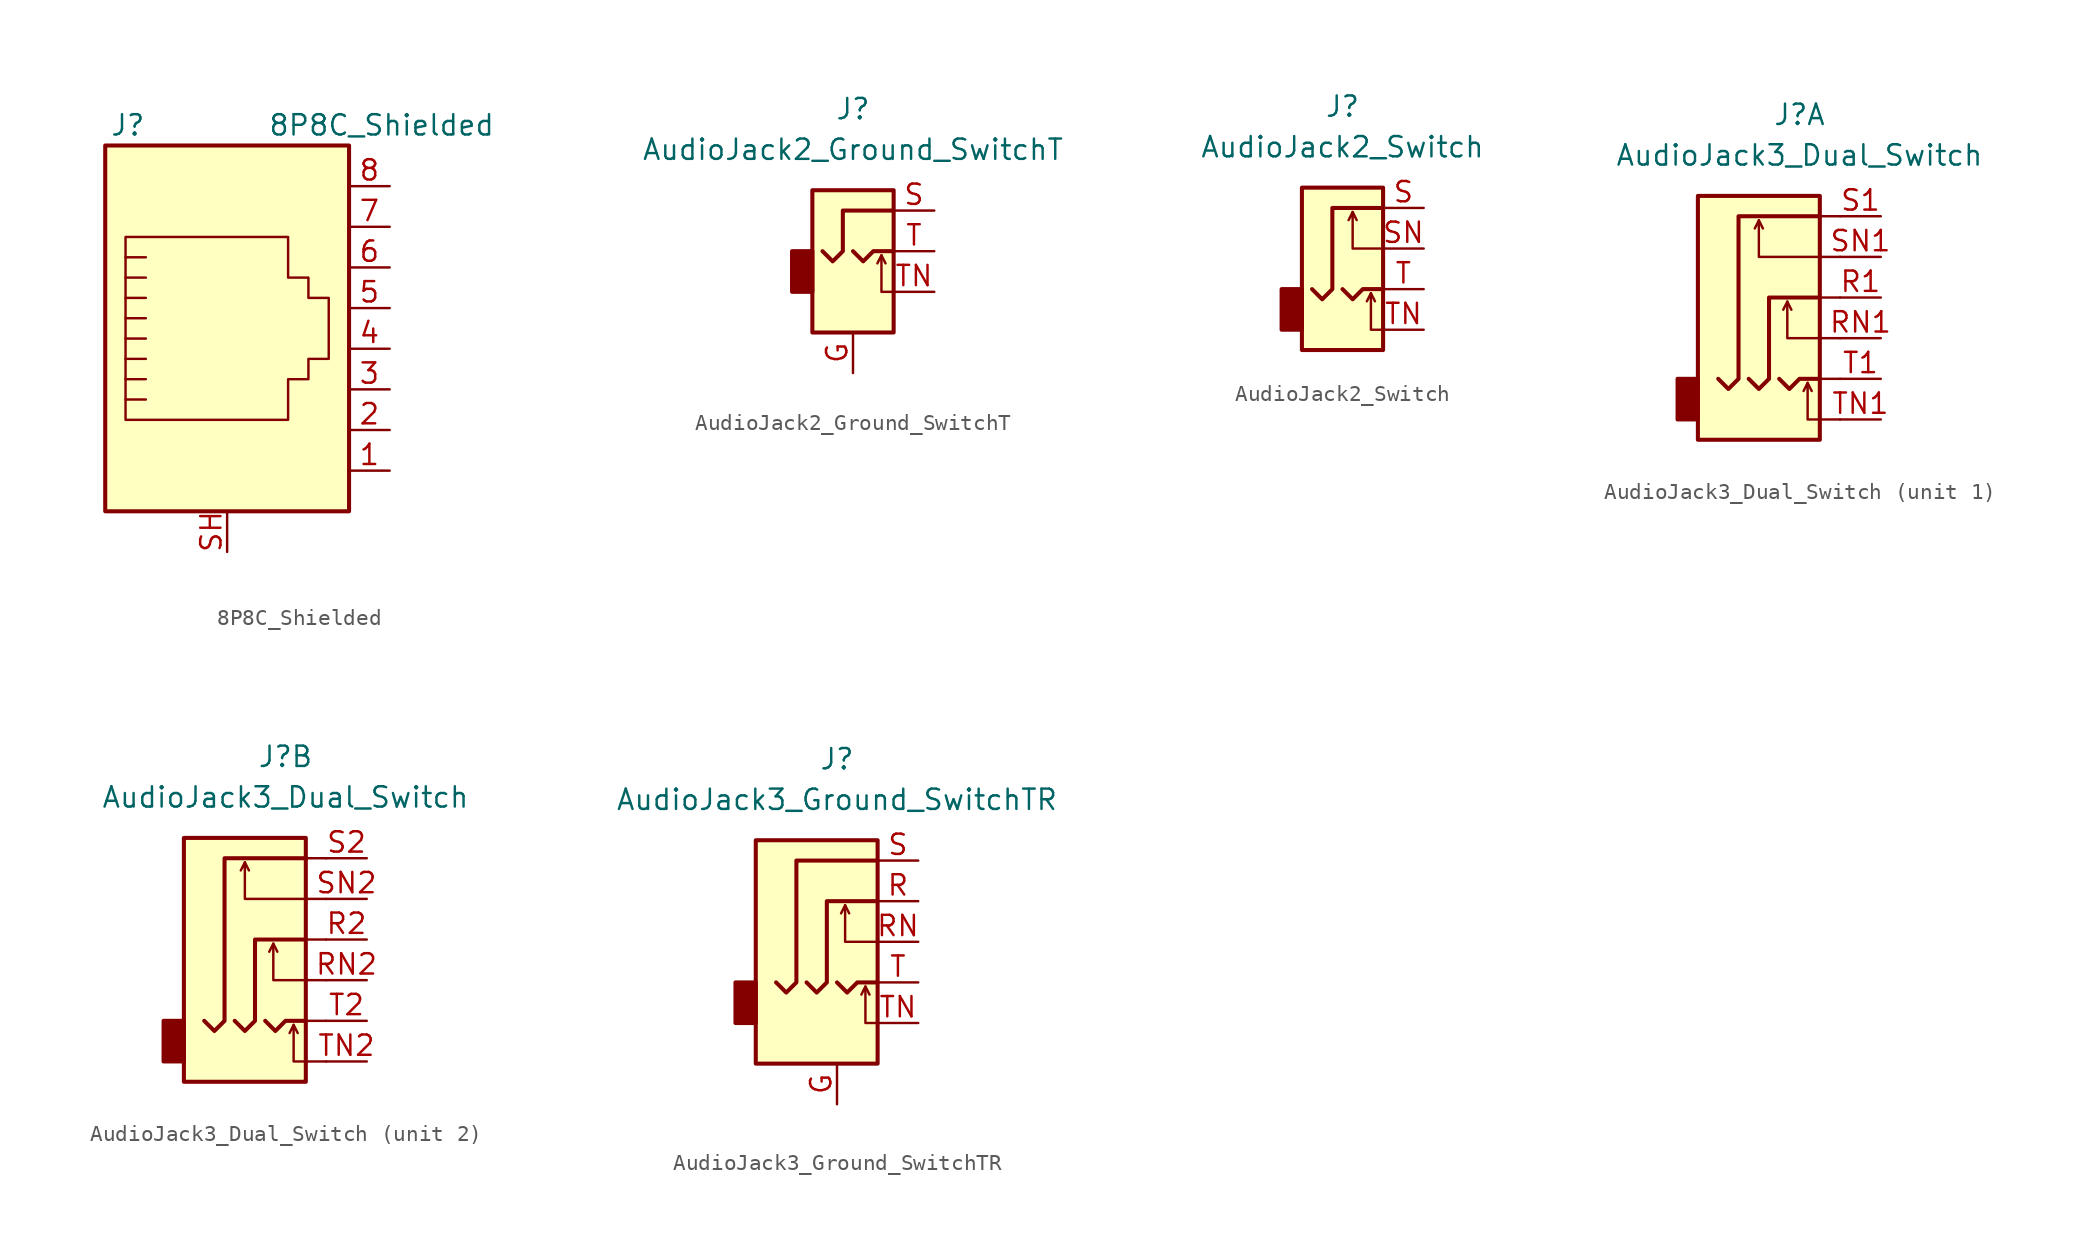
<source format=kicad_sym>
(kicad_symbol_lib
  (version 20211014)
  (generator kicad_symbol_editor)
  (symbol "8P8C_Shielded"
    (pin_names
      (offset 1.016))
    (property "Reference" "J"
      (at -5.08 13.97 0)
      (effects (font (size 1.27 1.27)) (justify right)))
    (property "Value" "8P8C_Shielded"
      (at 2.54 13.97 0)
      (effects (font (size 1.27 1.27)) (justify left)))
    (symbol "8P8C_Shielded_0_1"
      (polyline (pts (xy -5.08 4.445) (xy -6.35 4.445)) (stroke (width 0) (type default) (color 0 0 0 0)) (fill (type none)))
      (polyline (pts (xy -5.08 5.715) (xy -6.35 5.715)) (stroke (width 0) (type default) (color 0 0 0 0)) (fill (type none)))
      (polyline (pts (xy -6.35 -3.175) (xy -5.08 -3.175) (xy -5.08 -3.175)) (stroke (width 0) (type default) (color 0 0 0 0)) (fill (type none)))
      (polyline (pts (xy -6.35 -1.905) (xy -5.08 -1.905) (xy -5.08 -1.905)) (stroke (width 0) (type default) (color 0 0 0 0)) (fill (type none)))
      (polyline (pts (xy -6.35 -0.635) (xy -5.08 -0.635) (xy -5.08 -0.635)) (stroke (width 0) (type default) (color 0 0 0 0)) (fill (type none)))
      (polyline (pts (xy -6.35 0.635) (xy -5.08 0.635) (xy -5.08 0.635)) (stroke (width 0) (type default) (color 0 0 0 0)) (fill (type none)))
      (polyline (pts (xy -6.35 1.905) (xy -5.08 1.905) (xy -5.08 1.905)) (stroke (width 0) (type default) (color 0 0 0 0)) (fill (type none)))
      (polyline (pts (xy -5.08 3.175) (xy -6.35 3.175) (xy -6.35 3.175)) (stroke (width 0) (type default) (color 0 0 0 0)) (fill (type none)))
      (polyline (pts (xy -6.35 -4.445) (xy -6.35 6.985) (xy 3.81 6.985) (xy 3.81 4.445) (xy 5.08 4.445) (xy 5.08 3.175) (xy 6.35 3.175) (xy 6.35 -0.635) (xy 5.08 -0.635) (xy 5.08 -1.905) (xy 3.81 -1.905) (xy 3.81 -4.445) (xy -6.35 -4.445) (xy -6.35 -4.445)) (stroke (width 0) (type default) (color 0 0 0 0)) (fill (type none)))
      (rectangle (start 7.62 12.7) (end -7.62 -10.16) (stroke (width 0.254) (type default) (color 0 0 0 0)) (fill (type background))))
    (symbol "8P8C_Shielded_1_1"
      (pin passive line (at 10.16 -7.62 180) (length 2.54) (name "~" (effects (font (size 1.27 1.27)))) (number "1" (effects (font (size 1.27 1.27)))))
      (pin passive line (at 10.16 -5.08 180) (length 2.54) (name "~" (effects (font (size 1.27 1.27)))) (number "2" (effects (font (size 1.27 1.27)))))
      (pin passive line (at 10.16 -2.54 180) (length 2.54) (name "~" (effects (font (size 1.27 1.27)))) (number "3" (effects (font (size 1.27 1.27)))))
      (pin passive line (at 10.16 0 180) (length 2.54) (name "~" (effects (font (size 1.27 1.27)))) (number "4" (effects (font (size 1.27 1.27)))))
      (pin passive line (at 10.16 2.54 180) (length 2.54) (name "~" (effects (font (size 1.27 1.27)))) (number "5" (effects (font (size 1.27 1.27)))))
      (pin passive line (at 10.16 5.08 180) (length 2.54) (name "~" (effects (font (size 1.27 1.27)))) (number "6" (effects (font (size 1.27 1.27)))))
      (pin passive line (at 10.16 7.62 180) (length 2.54) (name "~" (effects (font (size 1.27 1.27)))) (number "7" (effects (font (size 1.27 1.27)))))
      (pin passive line (at 10.16 10.16 180) (length 2.54) (name "~" (effects (font (size 1.27 1.27)))) (number "8" (effects (font (size 1.27 1.27)))))
      (pin passive line (at 0 -12.7 90) (length 2.54) (name "~" (effects (font (size 1.27 1.27)))) (number "SH" (effects (font (size 1.27 1.27)))))))
  (symbol "AudioJack2_Ground_SwitchT"
    (property "Reference" "J"
      (at 0 8.89 0)
      (effects (font (size 1.27 1.27))))
    (property "Value" "AudioJack2_Ground_SwitchT"
      (at 0 6.35 0)
      (effects (font (size 1.27 1.27))))
    (symbol "AudioJack2_Ground_SwitchT_0_1"
      (rectangle (start -2.54 0) (end -3.81 -2.54) (stroke (width 0.254) (type default) (color 0 0 0 0)) (fill (type outline)))
      (polyline (pts (xy 1.778 -0.254) (xy 2.032 -0.762)) (stroke (width 0) (type default) (color 0 0 0 0)) (fill (type none)))
      (polyline (pts (xy 0 0) (xy 0.635 -0.635) (xy 1.27 0) (xy 2.54 0)) (stroke (width 0.254) (type default) (color 0 0 0 0)) (fill (type none)))
      (polyline (pts (xy 2.54 -2.54) (xy 1.778 -2.54) (xy 1.778 -0.254) (xy 1.524 -0.762)) (stroke (width 0) (type default) (color 0 0 0 0)) (fill (type none)))
      (polyline (pts (xy 2.54 2.54) (xy -0.635 2.54) (xy -0.635 0) (xy -1.27 -0.635) (xy -1.905 0)) (stroke (width 0.254) (type default) (color 0 0 0 0)) (fill (type none)))
      (rectangle (start 2.54 3.81) (end -2.54 -5.08) (stroke (width 0.254) (type default) (color 0 0 0 0)) (fill (type background))))
    (symbol "AudioJack2_Ground_SwitchT_1_1"
      (pin passive line (at 0 -7.62 90) (length 2.54) (name "~" (effects (font (size 1.27 1.27)))) (number "G" (effects (font (size 1.27 1.27)))))
      (pin passive line (at 5.08 2.54 180) (length 2.54) (name "~" (effects (font (size 1.27 1.27)))) (number "S" (effects (font (size 1.27 1.27)))))
      (pin passive line (at 5.08 0 180) (length 2.54) (name "~" (effects (font (size 1.27 1.27)))) (number "T" (effects (font (size 1.27 1.27)))))
      (pin passive line (at 5.08 -2.54 180) (length 2.54) (name "~" (effects (font (size 1.27 1.27)))) (number "TN" (effects (font (size 1.27 1.27)))))))
  (symbol "AudioJack2_Switch"
    (property "Reference" "J"
      (at 0 11.43 0)
      (effects (font (size 1.27 1.27))))
    (property "Value" "AudioJack2_Switch"
      (at 0 8.89 0)
      (effects (font (size 1.27 1.27))))
    (symbol "AudioJack2_Switch_0_1"
      (rectangle (start -2.54 0) (end -3.81 -2.54) (stroke (width 0.254) (type default) (color 0 0 0 0)) (fill (type outline)))
      (rectangle (start 2.54 6.35) (end -2.54 -3.81) (stroke (width 0.254) (type default) (color 0 0 0 0)) (fill (type background))))
    (symbol "AudioJack2_Switch_1_1"
      (polyline (pts (xy 0.635 4.826) (xy 0.889 4.318)) (stroke (width 0) (type default) (color 0 0 0 0)) (fill (type none)))
      (polyline (pts (xy 1.778 -0.254) (xy 2.032 -0.762)) (stroke (width 0) (type default) (color 0 0 0 0)) (fill (type none)))
      (polyline (pts (xy 0 0) (xy 0.635 -0.635) (xy 1.27 0) (xy 2.54 0)) (stroke (width 0.254) (type default) (color 0 0 0 0)) (fill (type none)))
      (polyline (pts (xy 2.54 -2.54) (xy 1.778 -2.54) (xy 1.778 -0.254) (xy 1.524 -0.762)) (stroke (width 0) (type default) (color 0 0 0 0)) (fill (type none)))
      (polyline (pts (xy 2.54 2.54) (xy 0.635 2.54) (xy 0.635 4.826) (xy 0.381 4.318)) (stroke (width 0) (type default) (color 0 0 0 0)) (fill (type none)))
      (polyline (pts (xy 2.54 5.08) (xy -0.635 5.08) (xy -0.635 0) (xy -1.27 -0.635) (xy -1.905 0)) (stroke (width 0.254) (type default) (color 0 0 0 0)) (fill (type none)))
      (pin passive line (at 5.08 5.08 180) (length 2.54) (name "~" (effects (font (size 1.27 1.27)))) (number "S" (effects (font (size 1.27 1.27)))))
      (pin passive line (at 5.08 2.54 180) (length 2.54) (name "~" (effects (font (size 1.27 1.27)))) (number "SN" (effects (font (size 1.27 1.27)))))
      (pin passive line (at 5.08 0 180) (length 2.54) (name "~" (effects (font (size 1.27 1.27)))) (number "T" (effects (font (size 1.27 1.27)))))
      (pin passive line (at 5.08 -2.54 180) (length 2.54) (name "~" (effects (font (size 1.27 1.27)))) (number "TN" (effects (font (size 1.27 1.27)))))))
  (symbol "AudioJack3_Dual_Switch"
    (property "Reference" "J"
      (at 0 11.43 0)
      (effects (font (size 1.27 1.27))))
    (property "Value" "AudioJack3_Dual_Switch"
      (at 0 8.89 0)
      (effects (font (size 1.27 1.27))))
    (symbol "AudioJack3_Dual_Switch_0_1"
      (rectangle (start -6.35 -5.08) (end -7.62 -7.62) (stroke (width 0.254) (type default) (color 0 0 0 0)) (fill (type outline)))
      (polyline (pts (xy -2.54 4.826) (xy -2.286 4.318)) (stroke (width 0) (type default) (color 0 0 0 0)) (fill (type none)))
      (polyline (pts (xy -0.762 -0.254) (xy -0.508 -0.762)) (stroke (width 0) (type default) (color 0 0 0 0)) (fill (type none)))
      (polyline (pts (xy 0.508 -5.334) (xy 0.762 -5.842)) (stroke (width 0) (type default) (color 0 0 0 0)) (fill (type none)))
      (polyline (pts (xy 1.27 0) (xy 2.54 0)) (stroke (width 0) (type default) (color 0 0 0 0)) (fill (type none)))
      (polyline (pts (xy 2.54 -5.08) (xy 1.27 -5.08)) (stroke (width 0) (type default) (color 0 0 0 0)) (fill (type none)))
      (polyline (pts (xy 2.54 5.08) (xy 1.27 5.08)) (stroke (width 0) (type default) (color 0 0 0 0)) (fill (type none)))
      (polyline (pts (xy -1.27 -5.08) (xy -0.635 -5.715) (xy 0 -5.08) (xy 1.27 -5.08)) (stroke (width 0.254) (type default) (color 0 0 0 0)) (fill (type none)))
      (polyline (pts (xy 2.54 -7.62) (xy 0.508 -7.62) (xy 0.508 -5.334) (xy 0.254 -5.842)) (stroke (width 0) (type default) (color 0 0 0 0)) (fill (type none)))
      (polyline (pts (xy 2.54 -2.54) (xy -0.762 -2.54) (xy -0.762 -0.254) (xy -1.016 -0.762)) (stroke (width 0) (type default) (color 0 0 0 0)) (fill (type none)))
      (polyline (pts (xy 2.54 2.54) (xy -2.54 2.54) (xy -2.54 4.826) (xy -2.794 4.318)) (stroke (width 0) (type default) (color 0 0 0 0)) (fill (type none)))
      (polyline (pts (xy -3.175 -5.08) (xy -2.54 -5.715) (xy -1.905 -5.08) (xy -1.905 0) (xy 1.27 0)) (stroke (width 0.254) (type default) (color 0 0 0 0)) (fill (type none)))
      (polyline (pts (xy 1.27 5.08) (xy -3.81 5.08) (xy -3.81 -5.08) (xy -4.445 -5.715) (xy -5.08 -5.08)) (stroke (width 0.254) (type default) (color 0 0 0 0)) (fill (type none)))
      (rectangle (start 1.27 6.35) (end -6.35 -8.89) (stroke (width 0.254) (type default) (color 0 0 0 0)) (fill (type background))))
    (symbol "AudioJack3_Dual_Switch_1_1"
      (pin passive line (at 5.08 0 180) (length 2.54) (name "~" (effects (font (size 1.27 1.27)))) (number "R1" (effects (font (size 1.27 1.27)))))
      (pin passive line (at 5.08 -2.54 180) (length 2.54) (name "~" (effects (font (size 1.27 1.27)))) (number "RN1" (effects (font (size 1.27 1.27)))))
      (pin passive line (at 5.08 5.08 180) (length 2.54) (name "~" (effects (font (size 1.27 1.27)))) (number "S1" (effects (font (size 1.27 1.27)))))
      (pin passive line (at 5.08 2.54 180) (length 2.54) (name "~" (effects (font (size 1.27 1.27)))) (number "SN1" (effects (font (size 1.27 1.27)))))
      (pin passive line (at 5.08 -5.08 180) (length 2.54) (name "~" (effects (font (size 1.27 1.27)))) (number "T1" (effects (font (size 1.27 1.27)))))
      (pin passive line (at 5.08 -7.62 180) (length 2.54) (name "~" (effects (font (size 1.27 1.27)))) (number "TN1" (effects (font (size 1.27 1.27))))))
    (symbol "AudioJack3_Dual_Switch_2_1"
      (pin passive line (at 5.08 0 180) (length 2.54) (name "~" (effects (font (size 1.27 1.27)))) (number "R2" (effects (font (size 1.27 1.27)))))
      (pin passive line (at 5.08 -2.54 180) (length 2.54) (name "~" (effects (font (size 1.27 1.27)))) (number "RN2" (effects (font (size 1.27 1.27)))))
      (pin passive line (at 5.08 5.08 180) (length 2.54) (name "~" (effects (font (size 1.27 1.27)))) (number "S2" (effects (font (size 1.27 1.27)))))
      (pin passive line (at 5.08 2.54 180) (length 2.54) (name "~" (effects (font (size 1.27 1.27)))) (number "SN2" (effects (font (size 1.27 1.27)))))
      (pin passive line (at 5.08 -5.08 180) (length 2.54) (name "~" (effects (font (size 1.27 1.27)))) (number "T2" (effects (font (size 1.27 1.27)))))
      (pin passive line (at 5.08 -7.62 180) (length 2.54) (name "~" (effects (font (size 1.27 1.27)))) (number "TN2" (effects (font (size 1.27 1.27)))))))
  (symbol "AudioJack3_Ground_SwitchTR"
    (property "Reference" "J"
      (at 0 8.89 0)
      (effects (font (size 1.27 1.27))))
    (property "Value" "AudioJack3_Ground_SwitchTR"
      (at 0 6.35 0)
      (effects (font (size 1.27 1.27))))
    (symbol "AudioJack3_Ground_SwitchTR_0_1"
      (rectangle (start -5.08 -5.08) (end -6.35 -7.62) (stroke (width 0.254) (type default) (color 0 0 0 0)) (fill (type outline)))
      (polyline (pts (xy 0.508 -0.254) (xy 0.762 -0.762)) (stroke (width 0) (type default) (color 0 0 0 0)) (fill (type none)))
      (polyline (pts (xy 1.778 -5.334) (xy 2.032 -5.842)) (stroke (width 0) (type default) (color 0 0 0 0)) (fill (type none)))
      (polyline (pts (xy 0 -5.08) (xy 0.635 -5.715) (xy 1.27 -5.08) (xy 2.54 -5.08)) (stroke (width 0.254) (type default) (color 0 0 0 0)) (fill (type none)))
      (polyline (pts (xy 2.54 -7.62) (xy 1.778 -7.62) (xy 1.778 -5.334) (xy 1.524 -5.842)) (stroke (width 0) (type default) (color 0 0 0 0)) (fill (type none)))
      (polyline (pts (xy 2.54 -2.54) (xy 0.508 -2.54) (xy 0.508 -0.254) (xy 0.254 -0.762)) (stroke (width 0) (type default) (color 0 0 0 0)) (fill (type none)))
      (polyline (pts (xy -1.905 -5.08) (xy -1.27 -5.715) (xy -0.635 -5.08) (xy -0.635 0) (xy 2.54 0)) (stroke (width 0.254) (type default) (color 0 0 0 0)) (fill (type none)))
      (polyline (pts (xy 2.54 2.54) (xy -2.54 2.54) (xy -2.54 -5.08) (xy -3.175 -5.715) (xy -3.81 -5.08)) (stroke (width 0.254) (type default) (color 0 0 0 0)) (fill (type none)))
      (rectangle (start 2.54 3.81) (end -5.08 -10.16) (stroke (width 0.254) (type default) (color 0 0 0 0)) (fill (type background))))
    (symbol "AudioJack3_Ground_SwitchTR_1_1"
      (pin passive line (at 0 -12.7 90) (length 2.54) (name "~" (effects (font (size 1.27 1.27)))) (number "G" (effects (font (size 1.27 1.27)))))
      (pin passive line (at 5.08 0 180) (length 2.54) (name "~" (effects (font (size 1.27 1.27)))) (number "R" (effects (font (size 1.27 1.27)))))
      (pin passive line (at 5.08 -2.54 180) (length 2.54) (name "~" (effects (font (size 1.27 1.27)))) (number "RN" (effects (font (size 1.27 1.27)))))
      (pin passive line (at 5.08 2.54 180) (length 2.54) (name "~" (effects (font (size 1.27 1.27)))) (number "S" (effects (font (size 1.27 1.27)))))
      (pin passive line (at 5.08 -5.08 180) (length 2.54) (name "~" (effects (font (size 1.27 1.27)))) (number "T" (effects (font (size 1.27 1.27)))))
      (pin passive line (at 5.08 -7.62 180) (length 2.54) (name "~" (effects (font (size 1.27 1.27)))) (number "TN" (effects (font (size 1.27 1.27))))))))
</source>
